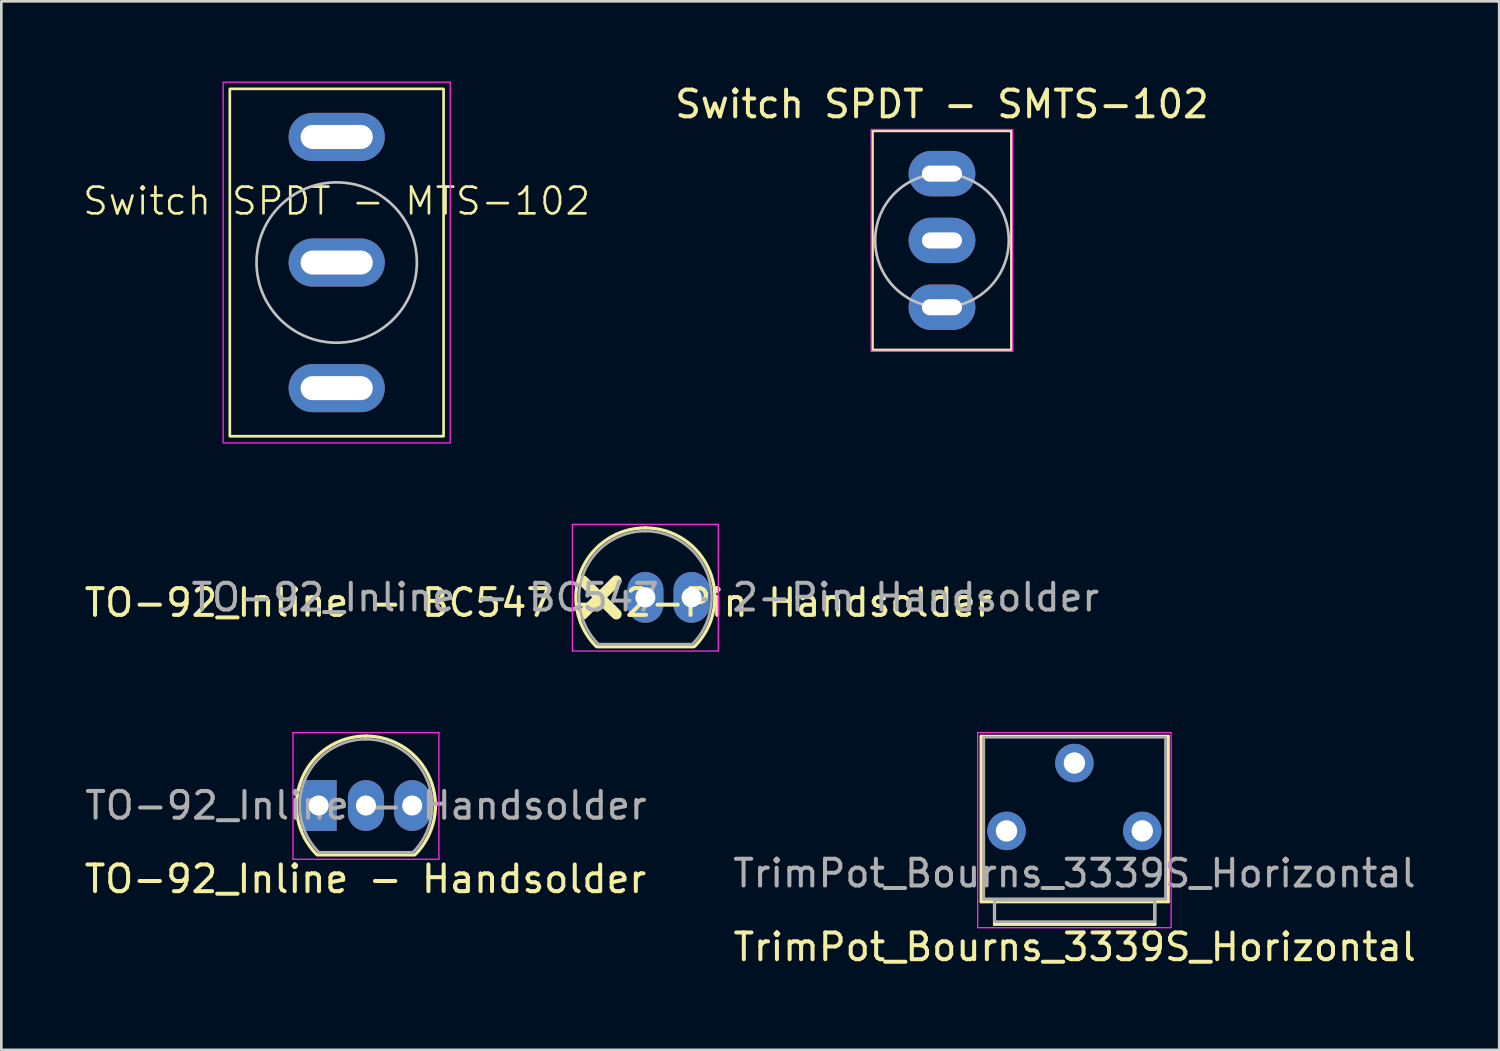
<source format=kicad_pcb>
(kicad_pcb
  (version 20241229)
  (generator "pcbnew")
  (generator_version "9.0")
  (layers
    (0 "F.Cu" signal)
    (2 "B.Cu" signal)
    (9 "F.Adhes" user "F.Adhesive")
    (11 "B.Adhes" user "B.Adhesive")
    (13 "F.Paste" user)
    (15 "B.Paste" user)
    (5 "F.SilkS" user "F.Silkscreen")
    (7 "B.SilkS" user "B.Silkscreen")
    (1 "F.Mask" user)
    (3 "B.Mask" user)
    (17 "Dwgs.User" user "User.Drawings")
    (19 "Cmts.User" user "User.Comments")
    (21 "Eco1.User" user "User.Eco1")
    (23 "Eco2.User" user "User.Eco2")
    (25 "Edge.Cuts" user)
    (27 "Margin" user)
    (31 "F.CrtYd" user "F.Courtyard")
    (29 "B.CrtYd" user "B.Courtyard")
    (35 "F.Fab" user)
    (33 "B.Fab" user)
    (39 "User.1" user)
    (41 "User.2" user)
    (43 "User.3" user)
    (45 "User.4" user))
  (footprint "Switch SPDT - MTS-102"
    (layer "F.Cu")
    (at 9.55 6.775)
    (property "Reference" "Switch SPDT - MTS-102" (at 0 -2.3 0) (unlocked yes) (layer "F.SilkS") (effects (font (size 1 1) (thickness 0.1))))
    (attr through_hole)
    (fp_rect (start -4 -6.5) (end 4 6.5) (stroke (width 0.1) (type default)) (fill no) (layer "F.SilkS"))
    (fp_circle (center 0 0) (end 0 -3) (stroke (width 0.1) (type default)) (fill no) (layer "Dwgs.User"))
    (fp_rect (start -4.25 -6.75) (end 4.25 6.75) (stroke (width 0.05) (type default)) (fill no) (layer "F.CrtYd"))
    (pad "1" thru_hole oval (at 0 -4.7) (size 3.6 1.8) (drill oval 2.7 0.9) (layers "*.Cu" "*.Mask"))
    (pad "2" thru_hole oval (at 0 0) (size 3.6 1.8) (drill oval 2.7 0.9) (layers "*.Cu" "*.Mask"))
    (pad "3" thru_hole oval (at 0 4.7) (size 3.6 1.8) (drill oval 2.7 0.9) (layers "*.Cu" "*.Mask")))
  (footprint "TrimPot_Bourns_3339S_Horizontal"
    (layer "F.Cu")
    (at 37.167 28.04)
    (property "Reference" "TrimPot_Bourns_3339S_Horizontal" (at 0 4.35 0) (layer "F.SilkS") (effects (font (size 1 1) (thickness 0.15))))
    (attr through_hole)
    (fp_line (start -3.5 -3.535) (end -3.5 2.655) (stroke (width 0.12) (type solid)) (layer "F.SilkS"))
    (fp_line (start -3 2.655) (end -3 3.5) (stroke (width 0.12) (type solid)) (layer "F.SilkS"))
    (fp_line (start 3 2.655) (end 3 3.5) (stroke (width 0.12) (type solid)) (layer "F.SilkS"))
    (fp_line (start 3 3.5) (end -3 3.5) (stroke (width 0.12) (type solid)) (layer "F.SilkS"))
    (fp_line (start 3.5 -3.535) (end -3.5 -3.535) (stroke (width 0.12) (type solid)) (layer "F.SilkS"))
    (fp_line (start 3.5 -3.535) (end 3.5 2.655) (stroke (width 0.12) (type solid)) (layer "F.SilkS"))
    (fp_line (start 3.5 2.655) (end -3.5 2.655) (stroke (width 0.12) (type solid)) (layer "F.SilkS"))
    (fp_rect (start -3.63 -3.675) (end 3.61 3.625) (stroke (width 0.05) (type solid)) (fill no) (layer "F.CrtYd"))
    (fp_rect (start -3.4 -3.5) (end 3.4 2.545) (stroke (width 0.1) (type solid)) (fill no) (layer "F.Fab"))
    (fp_rect (start -3 2.6) (end 3 3.4) (stroke (width 0.1) (type solid)) (fill no) (layer "F.Fab"))
    (fp_text user "${REFERENCE}" (at -0.01 1.592 0) (layer "F.Fab") (effects (font (size 1 1) (thickness 0.15))))
    (pad "1" thru_hole circle (at 2.53 0.005 270) (size 1.44 1.44) (drill 0.8) (layers "*.Cu" "*.Mask"))
    (pad "2" thru_hole circle (at -0.01 -2.535 270) (size 1.44 1.44) (drill 0.8) (layers "*.Cu" "*.Mask"))
    (pad "3" thru_hole circle (at -2.55 0.005 270) (size 1.44 1.44) (drill 0.8) (layers "*.Cu" "*.Mask")))
  (footprint "TO-92_Inline - BC547 - 2-Pin Handsolder"
    (layer "F.Cu")
    (at 19.831 19.305)
    (property "Reference" "TO-92_Inline - BC547 - 2-Pin Handsolder" (at -2.73 0.2 0) (layer "F.SilkS") (effects (font (size 1 1) (thickness 0.15))))
    (attr through_hole)
    (fp_line (start -1.066 -0.622) (end 0.184 0.628) (stroke (width 0.4) (type solid)) (layer "F.SilkS"))
    (fp_line (start -1.066 0.628) (end 0.184 -0.622) (stroke (width 0.4) (type solid)) (layer "F.SilkS"))
    (fp_line (start -0.53 1.85) (end 3.07 1.85) (stroke (width 0.12) (type solid)) (layer "F.SilkS"))
    (fp_arc (start -0.568478 1.838478) (mid -1.132087 -0.994977) (end 1.27 -2.6) (stroke (width 0.12) (type solid)) (layer "F.SilkS"))
    (fp_arc (start 1.27 -2.6) (mid 3.672087 -0.994977) (end 3.108478 1.838478) (stroke (width 0.12) (type solid)) (layer "F.SilkS"))
    (fp_line (start -1.46 -2.73) (end -1.46 2.01) (stroke (width 0.05) (type solid)) (layer "F.CrtYd"))
    (fp_line (start -1.46 -2.73) (end 4 -2.73) (stroke (width 0.05) (type solid)) (layer "F.CrtYd"))
    (fp_line (start 4 2.01) (end -1.46 2.01) (stroke (width 0.05) (type solid)) (layer "F.CrtYd"))
    (fp_line (start 4 2.01) (end 4 -2.73) (stroke (width 0.05) (type solid)) (layer "F.CrtYd"))
    (fp_line (start -0.5 1.75) (end 3 1.75) (stroke (width 0.1) (type solid)) (layer "F.Fab"))
    (fp_arc (start -0.483625 1.753625) (mid -1.021221 -0.949055) (end 1.27 -2.48) (stroke (width 0.1) (type solid)) (layer "F.Fab"))
    (fp_arc (start 1.27 -2.48) (mid 3.561221 -0.949055) (end 3.023625 1.753625) (stroke (width 0.1) (type solid)) (layer "F.Fab"))
    (fp_text user "${REFERENCE}" (at 1.27 0 0) (layer "F.Fab") (effects (font (size 1 1) (thickness 0.15))))
    (pad "2" thru_hole oval (at 1.27 0) (size 1.35 1.9) (drill 0.75) (layers "*.Cu" "*.Mask"))
    (pad "3" thru_hole oval (at 3 0) (size 1.35 1.9) (drill 0.75) (layers "*.Cu" "*.Mask")))
  (footprint "TO-92_Inline - Handsolder"
    (layer "F.Cu")
    (at 9.375 27.095)
    (property "Reference" "TO-92_Inline - Handsolder" (at 1.25 2.75 0) (layer "F.SilkS") (effects (font (size 1 1) (thickness 0.15))))
    (attr through_hole)
    (fp_line (start -0.53 1.85) (end 3.07 1.85) (stroke (width 0.12) (type solid)) (layer "F.SilkS"))
    (fp_arc (start -0.568478 1.838478) (mid -1.132087 -0.994977) (end 1.27 -2.6) (stroke (width 0.12) (type solid)) (layer "F.SilkS"))
    (fp_arc (start 1.27 -2.6) (mid 3.672087 -0.994977) (end 3.108478 1.838478) (stroke (width 0.12) (type solid)) (layer "F.SilkS"))
    (fp_line (start -1.46 -2.73) (end -1.46 2.01) (stroke (width 0.05) (type solid)) (layer "F.CrtYd"))
    (fp_line (start -1.46 -2.73) (end 4 -2.73) (stroke (width 0.05) (type solid)) (layer "F.CrtYd"))
    (fp_line (start 4 2.01) (end -1.46 2.01) (stroke (width 0.05) (type solid)) (layer "F.CrtYd"))
    (fp_line (start 4 2.01) (end 4 -2.73) (stroke (width 0.05) (type solid)) (layer "F.CrtYd"))
    (fp_line (start -0.5 1.75) (end 3 1.75) (stroke (width 0.1) (type solid)) (layer "F.Fab"))
    (fp_arc (start -0.483625 1.753625) (mid -1.021221 -0.949055) (end 1.27 -2.48) (stroke (width 0.1) (type solid)) (layer "F.Fab"))
    (fp_arc (start 1.27 -2.48) (mid 3.561221 -0.949055) (end 3.023625 1.753625) (stroke (width 0.1) (type solid)) (layer "F.Fab"))
    (fp_text user "${REFERENCE}" (at 1.27 0 0) (layer "F.Fab") (effects (font (size 1 1) (thickness 0.15))))
    (pad "1" thru_hole rect (at -0.5 0) (size 1.35 1.9) (drill 0.75) (layers "*.Cu" "*.Mask"))
    (pad "2" thru_hole oval (at 1.27 0) (size 1.35 1.9) (drill 0.75) (layers "*.Cu" "*.Mask"))
    (pad "3" thru_hole oval (at 3 0) (size 1.35 1.9) (drill 0.75) (layers "*.Cu" "*.Mask")))
  (footprint "Switch SPDT - SMTS-102"
    (layer "F.Cu")
    (at 32.201 5.948)
    (property "Reference" "Switch SPDT - SMTS-102" (at 0 -5.1 0) (unlocked yes) (layer "F.SilkS") (effects (font (size 1 1) (thickness 0.15))))
    (attr through_hole)
    (fp_rect (start -2.6 -4.1) (end 2.6 4.1) (stroke (width 0.1) (type default)) (fill no) (layer "F.SilkS"))
    (fp_circle (center 0 0) (end 0 -2.5) (stroke (width 0.1) (type default)) (fill no) (layer "Dwgs.User"))
    (fp_rect (start -2.65 -4.15) (end 2.65 4.15) (stroke (width 0.05) (type default)) (fill no) (layer "F.CrtYd"))
    (pad "1" thru_hole oval (at 0 -2.5) (size 2.5 1.7) (drill oval 1.5 0.6) (layers "*.Cu" "*.Mask"))
    (pad "2" thru_hole oval (at 0 0) (size 2.5 1.7) (drill oval 1.5 0.6) (layers "*.Cu" "*.Mask"))
    (pad "3" thru_hole oval (at 0 2.5) (size 2.5 1.7) (drill oval 1.5 0.6) (layers "*.Cu" "*.Mask")))
  (gr_rect
    (start -3 -3)
    (end 53.054 36.238)
    (stroke (width 0.1) (type default))
    (fill no)
    (layer "Edge.Cuts")))
</source>
